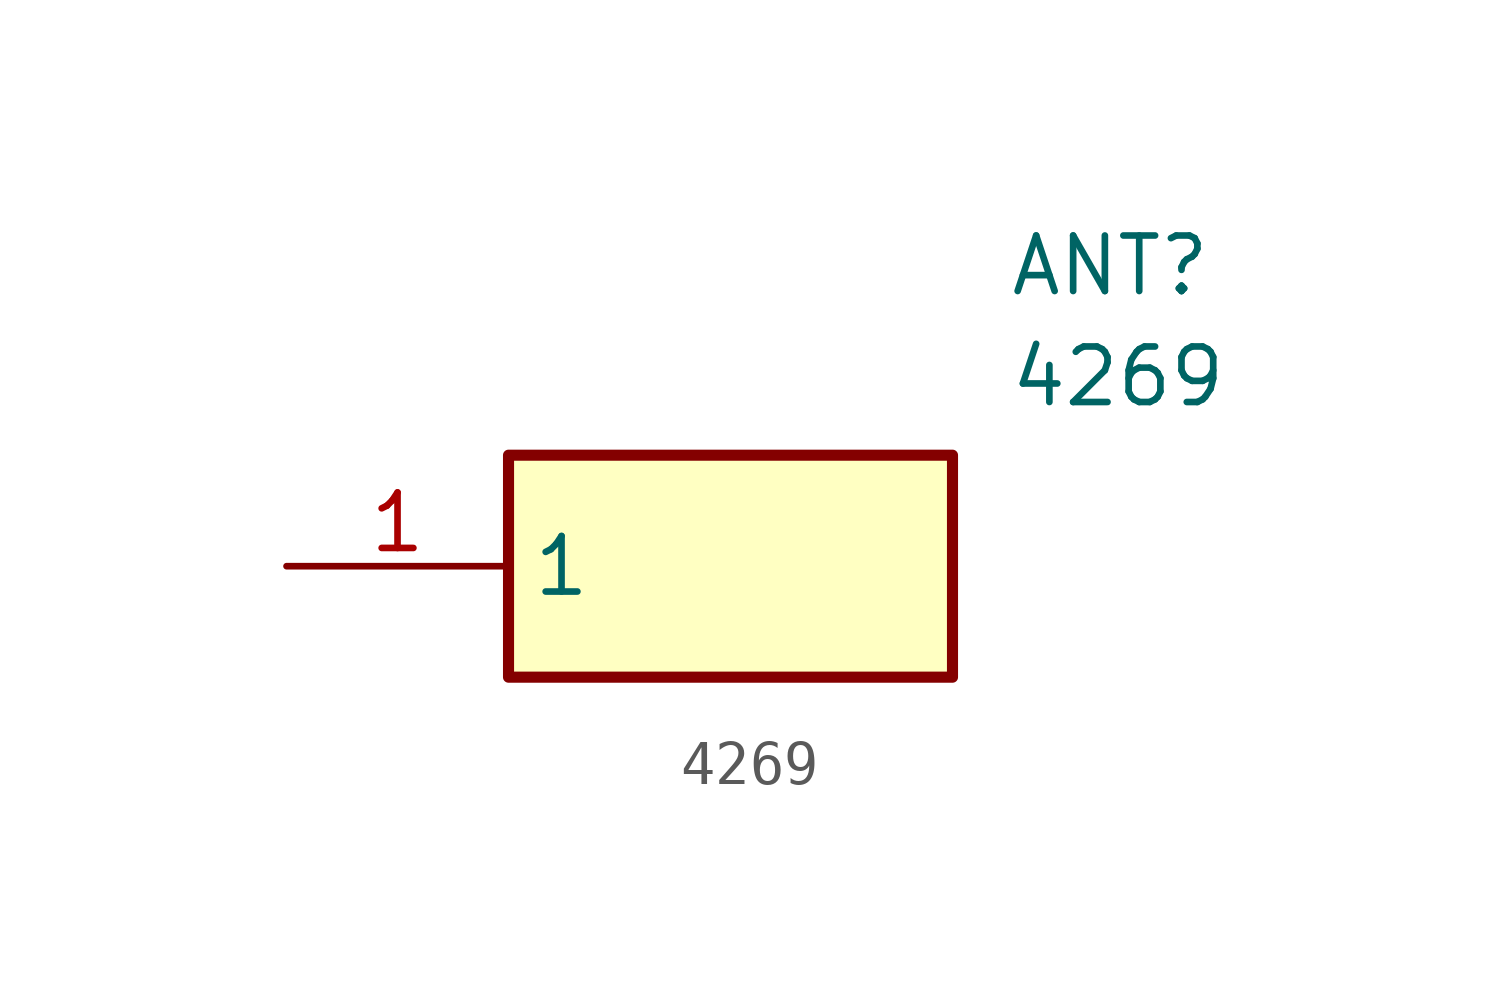
<source format=kicad_sym>
(kicad_symbol_lib
  (version 20211014)
  (generator SamacSys_ECAD_Model)
  (symbol "4269"
    (property "Reference" "ANT"
      (at 16.51 7.62 0)
      (effects (font (size 1.27 1.27)) (justify left top)))
    (property "Value" "4269"
      (at 16.51 5.08 0)
      (effects (font (size 1.27 1.27)) (justify left top)))
    (rectangle
      (start 5.08 2.54)
      (end 15.24 -2.54)
      (stroke (width 0.254) (type default))
      (fill (type background)))
    (pin passive line
      (at 0 0 0)
      (length 5.08)
      (name "1" (effects (font (size 1.27 1.27))))
      (number "1" (effects (font (size 1.27 1.27)))))))
</source>
